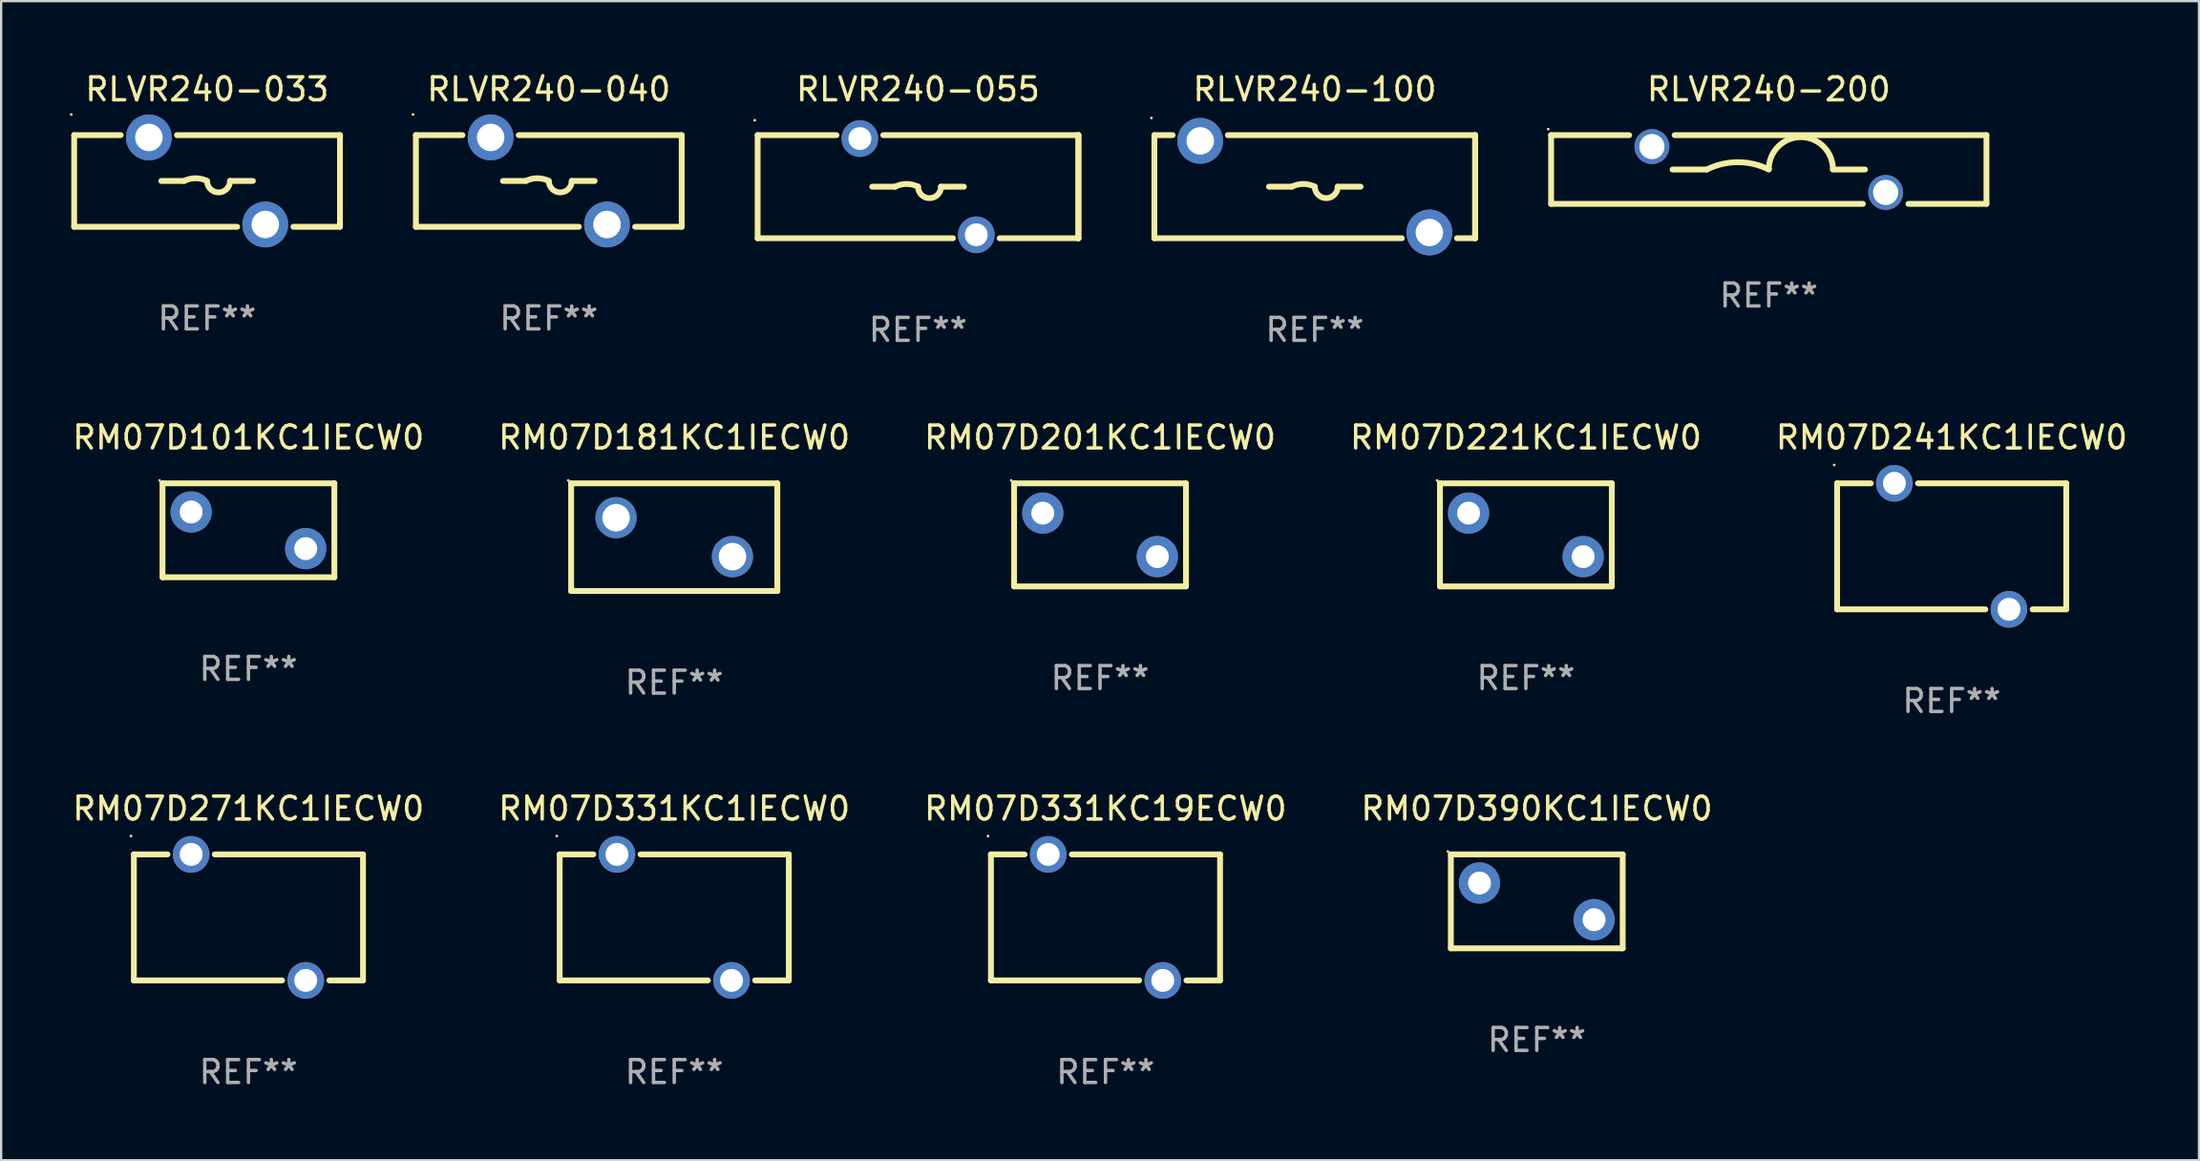
<source format=kicad_pcb>
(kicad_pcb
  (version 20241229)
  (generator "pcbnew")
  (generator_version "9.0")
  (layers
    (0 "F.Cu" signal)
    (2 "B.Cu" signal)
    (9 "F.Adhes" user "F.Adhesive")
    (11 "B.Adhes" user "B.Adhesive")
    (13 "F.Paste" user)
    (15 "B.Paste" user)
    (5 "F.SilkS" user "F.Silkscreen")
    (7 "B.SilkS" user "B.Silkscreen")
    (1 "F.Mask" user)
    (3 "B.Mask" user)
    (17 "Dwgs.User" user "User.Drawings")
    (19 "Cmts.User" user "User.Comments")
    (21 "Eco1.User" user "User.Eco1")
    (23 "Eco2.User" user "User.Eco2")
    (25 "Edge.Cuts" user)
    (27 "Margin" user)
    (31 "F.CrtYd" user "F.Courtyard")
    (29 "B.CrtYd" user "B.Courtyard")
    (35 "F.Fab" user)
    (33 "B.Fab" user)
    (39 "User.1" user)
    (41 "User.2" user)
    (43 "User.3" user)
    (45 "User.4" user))
  (footprint "RM07D331KC1IECW0"
    (layer "F.Cu")
    (at 26.375 36.991)
    (property "Reference" "RM07D331KC1IECW0" (at 0 -4.75 0) (layer "F.SilkS") (effects (font (size 1 1) (thickness 0.15))))
    (attr through_hole)
    (fp_line (start -5 -2.75) (end -3.531 -2.75) (stroke (width 0.254) (type solid)) (layer "F.SilkS"))
    (fp_line (start -5 2.75) (end -5 -2.75) (stroke (width 0.254) (type solid)) (layer "F.SilkS"))
    (fp_line (start -5 2.75) (end 1.469 2.75) (stroke (width 0.254) (type solid)) (layer "F.SilkS"))
    (fp_line (start -1.469 -2.75) (end 5 -2.75) (stroke (width 0.254) (type solid)) (layer "F.SilkS"))
    (fp_line (start 3.531 2.75) (end 5 2.75) (stroke (width 0.254) (type solid)) (layer "F.SilkS"))
    (fp_line (start 5 -2.75) (end 5 2.75) (stroke (width 0.254) (type solid)) (layer "F.SilkS"))
    (fp_circle (center -5.127 -3.55) (end -5.097 -3.55) (stroke (width 0.06) (type solid)) (fill no) (layer "F.SilkS"))
    (fp_text user "REF**" (at 0 6.75 0) (layer "F.Fab") (effects (font (size 1 1) (thickness 0.15))))
    (pad "1" thru_hole circle (at -2.5 -2.75) (size 1.6 1.6) (drill 1) (layers "*.Cu" "*.Mask"))
    (pad "2" thru_hole circle (at 2.5 2.75) (size 1.6 1.6) (drill 1) (layers "*.Cu" "*.Mask")))
  (footprint "RLVR240-033"
    (layer "F.Cu")
    (at 5.987 4.848)
    (property "Reference" "RLVR240-033" (at 0 -4 0) (layer "F.SilkS") (effects (font (size 1 1) (thickness 0.15))))
    (attr through_hole)
    (fp_line (start -5.8 -2) (end -5.8 2) (stroke (width 0.254) (type solid)) (layer "F.SilkS"))
    (fp_line (start -5.8 -2) (end -3.767 -2) (stroke (width 0.254) (type solid)) (layer "F.SilkS"))
    (fp_line (start -5.8 2) (end 1.313 2) (stroke (width 0.254) (type solid)) (layer "F.SilkS"))
    (fp_line (start -1.313 -2) (end 5.8 -2) (stroke (width 0.254) (type solid)) (layer "F.SilkS"))
    (fp_line (start -1 0) (end -2 0) (stroke (width 0.254) (type solid)) (layer "F.SilkS"))
    (fp_line (start 1 0) (end 2 0) (stroke (width 0.254) (type solid)) (layer "F.SilkS"))
    (fp_line (start 3.767 2) (end 5.8 2) (stroke (width 0.254) (type solid)) (layer "F.SilkS"))
    (fp_line (start 5.8 -2) (end 5.8 2) (stroke (width 0.254) (type solid)) (layer "F.SilkS"))
    (fp_arc (start -1 0) (mid -0.5 -0.118021) (end 0 0) (stroke (width 0.254001) (type solid)) (layer "F.SilkS"))
    (fp_arc (start 1.000762 0) (mid 0.500381 0.500127) (end 0 0) (stroke (width 0.254001) (type solid)) (layer "F.SilkS"))
    (fp_circle (center -5.927 -2.9) (end -5.897 -2.9) (stroke (width 0.06) (type solid)) (fill no) (layer "F.SilkS"))
    (fp_text user "REF**" (at 0 6 0) (layer "F.Fab") (effects (font (size 1 1) (thickness 0.15))))
    (pad "1" thru_hole circle (at -2.54 -1.9) (size 2 2) (drill 1.2) (layers "*.Cu" "*.Mask"))
    (pad "2" thru_hole circle (at 2.54 1.9) (size 2 2) (drill 1.2) (layers "*.Cu" "*.Mask")))
  (footprint "RM07D390KC1IECW0"
    (layer "F.Cu")
    (at 64.018 36.291)
    (property "Reference" "RM07D390KC1IECW0" (at 0 -4.05 0) (layer "F.SilkS") (effects (font (size 1 1) (thickness 0.15))))
    (attr through_hole)
    (fp_line (start -3.75 -2.05) (end -3.75 2.05) (stroke (width 0.254) (type solid)) (layer "F.SilkS"))
    (fp_line (start -3.75 -2.05) (end 3.75 -2.05) (stroke (width 0.254) (type solid)) (layer "F.SilkS"))
    (fp_line (start -3.75 2.05) (end 3.75 2.05) (stroke (width 0.254) (type solid)) (layer "F.SilkS"))
    (fp_line (start 3.75 -2.05) (end 3.75 2.05) (stroke (width 0.254) (type solid)) (layer "F.SilkS"))
    (fp_circle (center -3.877 -2.177) (end -3.847 -2.177) (stroke (width 0.06) (type solid)) (fill no) (layer "F.SilkS"))
    (fp_text user "REF**" (at 0 6.05 0) (layer "F.Fab") (effects (font (size 1 1) (thickness 0.15))))
    (pad "1" thru_hole circle (at -2.5 -0.8) (size 1.8 1.8) (drill 1) (layers "*.Cu" "*.Mask"))
    (pad "2" thru_hole circle (at 2.5 0.8) (size 1.8 1.8) (drill 1) (layers "*.Cu" "*.Mask")))
  (footprint "RM07D181KC1IECW0"
    (layer "F.Cu")
    (at 26.375 20.395)
    (property "Reference" "RM07D181KC1IECW0" (at 0 -4.35 0) (layer "F.SilkS") (effects (font (size 1 1) (thickness 0.15))))
    (attr through_hole)
    (fp_line (start -4.5 -2.35) (end 4.5 -2.35) (stroke (width 0.254) (type solid)) (layer "F.SilkS"))
    (fp_line (start -4.5 2.35) (end -4.5 -2.35) (stroke (width 0.254) (type solid)) (layer "F.SilkS"))
    (fp_line (start 4.5 -2.35) (end 4.5 2.35) (stroke (width 0.254) (type solid)) (layer "F.SilkS"))
    (fp_line (start 4.5 2.35) (end -4.5 2.35) (stroke (width 0.254) (type solid)) (layer "F.SilkS"))
    (fp_circle (center -4.627 -2.477) (end -4.597 -2.477) (stroke (width 0.06) (type solid)) (fill no) (layer "F.SilkS"))
    (fp_text user "REF**" (at 0 6.35 0) (layer "F.Fab") (effects (font (size 1 1) (thickness 0.15))))
    (pad "1" thru_hole circle (at -2.54 -0.85) (size 1.8 1.8) (drill 1.2) (layers "*.Cu" "*.Mask"))
    (pad "2" thru_hole circle (at 2.54 0.85) (size 1.8 1.8) (drill 1.2) (layers "*.Cu" "*.Mask")))
  (footprint "RM07D221KC1IECW0"
    (layer "F.Cu")
    (at 63.542 20.295)
    (property "Reference" "RM07D221KC1IECW0" (at 0 -4.25 0) (layer "F.SilkS") (effects (font (size 1 1) (thickness 0.15))))
    (attr through_hole)
    (fp_line (start -3.75 -2.25) (end -3.75 2.25) (stroke (width 0.254) (type solid)) (layer "F.SilkS"))
    (fp_line (start -3.75 -2.25) (end 3.75 -2.25) (stroke (width 0.254) (type solid)) (layer "F.SilkS"))
    (fp_line (start -3.75 2.25) (end 3.75 2.25) (stroke (width 0.254) (type solid)) (layer "F.SilkS"))
    (fp_line (start 3.75 -2.25) (end 3.75 2.25) (stroke (width 0.254) (type solid)) (layer "F.SilkS"))
    (fp_circle (center -3.877 -2.377) (end -3.847 -2.377) (stroke (width 0.06) (type solid)) (fill no) (layer "F.SilkS"))
    (fp_text user "REF**" (at 0 6.25 0) (layer "F.Fab") (effects (font (size 1 1) (thickness 0.15))))
    (pad "1" thru_hole circle (at -2.5 -0.95) (size 1.8 1.8) (drill 1) (layers "*.Cu" "*.Mask"))
    (pad "2" thru_hole circle (at 2.5 0.95) (size 1.8 1.8) (drill 1) (layers "*.Cu" "*.Mask")))
  (footprint "RLVR240-100"
    (layer "F.Cu")
    (at 54.329 5.098)
    (property "Reference" "RLVR240-100" (at 0 -4.25 0) (layer "F.SilkS") (effects (font (size 1 1) (thickness 0.15))))
    (attr through_hole)
    (fp_line (start -7 -2.25) (end -6.204 -2.25) (stroke (width 0.254) (type solid)) (layer "F.SilkS"))
    (fp_line (start -7 2.25) (end -7 -2.25) (stroke (width 0.254) (type solid)) (layer "F.SilkS"))
    (fp_line (start -3.793 -2.25) (end 7 -2.25) (stroke (width 0.254) (type solid)) (layer "F.SilkS"))
    (fp_line (start -1 0) (end -2 0) (stroke (width 0.254) (type solid)) (layer "F.SilkS"))
    (fp_line (start 1 0) (end 2 0) (stroke (width 0.254) (type solid)) (layer "F.SilkS"))
    (fp_line (start 3.796 2.25) (end -7 2.25) (stroke (width 0.254) (type solid)) (layer "F.SilkS"))
    (fp_line (start 7 -2.25) (end 7 2.25) (stroke (width 0.254) (type solid)) (layer "F.SilkS"))
    (fp_line (start 7 -2.25) (end 7 2.25) (stroke (width 0.254) (type solid)) (layer "F.SilkS"))
    (fp_line (start 7 2.25) (end 6.207 2.25) (stroke (width 0.254) (type solid)) (layer "F.SilkS"))
    (fp_arc (start -1 0) (mid -0.5 -0.118021) (end 0 0) (stroke (width 0.254001) (type solid)) (layer "F.SilkS"))
    (fp_arc (start 1.000762 0) (mid 0.500381 0.500127) (end 0 0) (stroke (width 0.254001) (type solid)) (layer "F.SilkS"))
    (fp_circle (center -7.127 -3) (end -7.097 -3) (stroke (width 0.06) (type solid)) (fill no) (layer "F.SilkS"))
    (fp_text user "REF**" (at 0 6.25 0) (layer "F.Fab") (effects (font (size 1 1) (thickness 0.15))))
    (pad "1" thru_hole circle (at -4.999 -2) (size 2 2) (drill 1.2) (layers "*.Cu" "*.Mask"))
    (pad "2" thru_hole circle (at 5.001 2) (size 2 2) (drill 1.2) (layers "*.Cu" "*.Mask")))
  (footprint "RM07D271KC1IECW0"
    (layer "F.Cu")
    (at 7.792 36.991)
    (property "Reference" "RM07D271KC1IECW0" (at 0 -4.75 0) (layer "F.SilkS") (effects (font (size 1 1) (thickness 0.15))))
    (attr through_hole)
    (fp_line (start -5 -2.75) (end -3.531 -2.75) (stroke (width 0.254) (type solid)) (layer "F.SilkS"))
    (fp_line (start -5 2.75) (end -5 -2.75) (stroke (width 0.254) (type solid)) (layer "F.SilkS"))
    (fp_line (start -5 2.75) (end 1.469 2.75) (stroke (width 0.254) (type solid)) (layer "F.SilkS"))
    (fp_line (start -1.469 -2.75) (end 5 -2.75) (stroke (width 0.254) (type solid)) (layer "F.SilkS"))
    (fp_line (start 3.531 2.75) (end 5 2.75) (stroke (width 0.254) (type solid)) (layer "F.SilkS"))
    (fp_line (start 5 -2.75) (end 5 2.75) (stroke (width 0.254) (type solid)) (layer "F.SilkS"))
    (fp_circle (center -5.127 -3.55) (end -5.097 -3.55) (stroke (width 0.06) (type solid)) (fill no) (layer "F.SilkS"))
    (fp_text user "REF**" (at 0 6.75 0) (layer "F.Fab") (effects (font (size 1 1) (thickness 0.15))))
    (pad "1" thru_hole circle (at -2.5 -2.75) (size 1.6 1.6) (drill 1) (layers "*.Cu" "*.Mask"))
    (pad "2" thru_hole circle (at 2.5 2.75) (size 1.6 1.6) (drill 1) (layers "*.Cu" "*.Mask")))
  (footprint "RLVR240-055"
    (layer "F.Cu")
    (at 37.015 5.098)
    (property "Reference" "RLVR240-055" (at 0 -4.25 0) (layer "F.SilkS") (effects (font (size 1 1) (thickness 0.15))))
    (attr through_hole)
    (fp_line (start -7 -2.25) (end -3.559 -2.25) (stroke (width 0.254) (type solid)) (layer "F.SilkS"))
    (fp_line (start -7 2.25) (end -7 -2.25) (stroke (width 0.254) (type solid)) (layer "F.SilkS"))
    (fp_line (start -1.519 -2.25) (end 7 -2.25) (stroke (width 0.254) (type solid)) (layer "F.SilkS"))
    (fp_line (start -1 0) (end -2 0) (stroke (width 0.254) (type solid)) (layer "F.SilkS"))
    (fp_line (start 1 0) (end 2 0) (stroke (width 0.254) (type solid)) (layer "F.SilkS"))
    (fp_line (start 1.521 2.25) (end -7 2.25) (stroke (width 0.254) (type solid)) (layer "F.SilkS"))
    (fp_line (start 7 -2.25) (end 7 2.25) (stroke (width 0.254) (type solid)) (layer "F.SilkS"))
    (fp_line (start 7 -2.25) (end 7 2.25) (stroke (width 0.254) (type solid)) (layer "F.SilkS"))
    (fp_line (start 7 2.25) (end 3.561 2.25) (stroke (width 0.254) (type solid)) (layer "F.SilkS"))
    (fp_arc (start -1 0) (mid -0.5 -0.118021) (end 0 0) (stroke (width 0.254001) (type solid)) (layer "F.SilkS"))
    (fp_arc (start 1.000762 0) (mid 0.500381 0.500127) (end 0 0) (stroke (width 0.254001) (type solid)) (layer "F.SilkS"))
    (fp_circle (center -7.127 -2.9) (end -7.097 -2.9) (stroke (width 0.06) (type solid)) (fill no) (layer "F.SilkS"))
    (fp_text user "REF**" (at 0 6.25 0) (layer "F.Fab") (effects (font (size 1 1) (thickness 0.15))))
    (pad "1" thru_hole circle (at -2.539 -2.1) (size 1.6 1.6) (drill 1) (layers "*.Cu" "*.Mask"))
    (pad "2" thru_hole circle (at 2.541 2.1) (size 1.6 1.6) (drill 1) (layers "*.Cu" "*.Mask")))
  (footprint "RLVR240-040"
    (layer "F.Cu")
    (at 20.901 4.848)
    (property "Reference" "RLVR240-040" (at 0 -4 0) (layer "F.SilkS") (effects (font (size 1 1) (thickness 0.15))))
    (attr through_hole)
    (fp_line (start -5.8 -2) (end -5.8 2) (stroke (width 0.254) (type solid)) (layer "F.SilkS"))
    (fp_line (start -5.8 -2) (end -3.767 -2) (stroke (width 0.254) (type solid)) (layer "F.SilkS"))
    (fp_line (start -5.8 2) (end 1.313 2) (stroke (width 0.254) (type solid)) (layer "F.SilkS"))
    (fp_line (start -1.313 -2) (end 5.8 -2) (stroke (width 0.254) (type solid)) (layer "F.SilkS"))
    (fp_line (start -1 0) (end -2 0) (stroke (width 0.254) (type solid)) (layer "F.SilkS"))
    (fp_line (start 1 0) (end 2 0) (stroke (width 0.254) (type solid)) (layer "F.SilkS"))
    (fp_line (start 3.767 2) (end 5.8 2) (stroke (width 0.254) (type solid)) (layer "F.SilkS"))
    (fp_line (start 5.8 -2) (end 5.8 2) (stroke (width 0.254) (type solid)) (layer "F.SilkS"))
    (fp_arc (start -1 0) (mid -0.5 -0.118021) (end 0 0) (stroke (width 0.254001) (type solid)) (layer "F.SilkS"))
    (fp_arc (start 1.000762 0) (mid 0.500381 0.500127) (end 0 0) (stroke (width 0.254001) (type solid)) (layer "F.SilkS"))
    (fp_circle (center -5.927 -2.9) (end -5.897 -2.9) (stroke (width 0.06) (type solid)) (fill no) (layer "F.SilkS"))
    (fp_text user "REF**" (at 0 6 0) (layer "F.Fab") (effects (font (size 1 1) (thickness 0.15))))
    (pad "1" thru_hole circle (at -2.54 -1.9) (size 2 2) (drill 1.2) (layers "*.Cu" "*.Mask"))
    (pad "2" thru_hole circle (at 2.54 1.9) (size 2 2) (drill 1.2) (layers "*.Cu" "*.Mask")))
  (footprint "RM07D201KC1IECW0"
    (layer "F.Cu")
    (at 44.958 20.295)
    (property "Reference" "RM07D201KC1IECW0" (at 0 -4.25 0) (layer "F.SilkS") (effects (font (size 1 1) (thickness 0.15))))
    (attr through_hole)
    (fp_line (start -3.75 -2.25) (end -3.75 2.25) (stroke (width 0.254) (type solid)) (layer "F.SilkS"))
    (fp_line (start -3.75 -2.25) (end 3.75 -2.25) (stroke (width 0.254) (type solid)) (layer "F.SilkS"))
    (fp_line (start -3.75 2.25) (end 3.75 2.25) (stroke (width 0.254) (type solid)) (layer "F.SilkS"))
    (fp_line (start 3.75 -2.25) (end 3.75 2.25) (stroke (width 0.254) (type solid)) (layer "F.SilkS"))
    (fp_circle (center -3.877 -2.377) (end -3.847 -2.377) (stroke (width 0.06) (type solid)) (fill no) (layer "F.SilkS"))
    (fp_text user "REF**" (at 0 6.25 0) (layer "F.Fab") (effects (font (size 1 1) (thickness 0.15))))
    (pad "1" thru_hole circle (at -2.5 -0.95) (size 1.8 1.8) (drill 1) (layers "*.Cu" "*.Mask"))
    (pad "2" thru_hole circle (at 2.5 0.95) (size 1.8 1.8) (drill 1) (layers "*.Cu" "*.Mask")))
  (footprint "RM07D241KC1IECW0"
    (layer "F.Cu")
    (at 82.125 20.795)
    (property "Reference" "RM07D241KC1IECW0" (at 0 -4.75 0) (layer "F.SilkS") (effects (font (size 1 1) (thickness 0.15))))
    (attr through_hole)
    (fp_line (start -5 -2.75) (end -3.531 -2.75) (stroke (width 0.254) (type solid)) (layer "F.SilkS"))
    (fp_line (start -5 2.75) (end -5 -2.75) (stroke (width 0.254) (type solid)) (layer "F.SilkS"))
    (fp_line (start -5 2.75) (end 1.469 2.75) (stroke (width 0.254) (type solid)) (layer "F.SilkS"))
    (fp_line (start -1.469 -2.75) (end 5 -2.75) (stroke (width 0.254) (type solid)) (layer "F.SilkS"))
    (fp_line (start 3.531 2.75) (end 5 2.75) (stroke (width 0.254) (type solid)) (layer "F.SilkS"))
    (fp_line (start 5 -2.75) (end 5 2.75) (stroke (width 0.254) (type solid)) (layer "F.SilkS"))
    (fp_circle (center -5.127 -3.55) (end -5.097 -3.55) (stroke (width 0.06) (type solid)) (fill no) (layer "F.SilkS"))
    (fp_text user "REF**" (at 0 6.75 0) (layer "F.Fab") (effects (font (size 1 1) (thickness 0.15))))
    (pad "1" thru_hole circle (at -2.5 -2.75) (size 1.6 1.6) (drill 1) (layers "*.Cu" "*.Mask"))
    (pad "2" thru_hole circle (at 2.5 2.75) (size 1.6 1.6) (drill 1) (layers "*.Cu" "*.Mask")))
  (footprint "RM07D331KC19ECW0"
    (layer "F.Cu")
    (at 45.196 36.991)
    (property "Reference" "RM07D331KC19ECW0" (at 0 -4.75 0) (layer "F.SilkS") (effects (font (size 1 1) (thickness 0.15))))
    (attr through_hole)
    (fp_line (start -5 -2.75) (end -3.531 -2.75) (stroke (width 0.254) (type solid)) (layer "F.SilkS"))
    (fp_line (start -5 2.75) (end -5 -2.75) (stroke (width 0.254) (type solid)) (layer "F.SilkS"))
    (fp_line (start -5 2.75) (end 1.469 2.75) (stroke (width 0.254) (type solid)) (layer "F.SilkS"))
    (fp_line (start -1.469 -2.75) (end 5 -2.75) (stroke (width 0.254) (type solid)) (layer "F.SilkS"))
    (fp_line (start 3.531 2.75) (end 5 2.75) (stroke (width 0.254) (type solid)) (layer "F.SilkS"))
    (fp_line (start 5 -2.75) (end 5 2.75) (stroke (width 0.254) (type solid)) (layer "F.SilkS"))
    (fp_circle (center -5.127 -3.55) (end -5.097 -3.55) (stroke (width 0.06) (type solid)) (fill no) (layer "F.SilkS"))
    (fp_text user "REF**" (at 0 6.75 0) (layer "F.Fab") (effects (font (size 1 1) (thickness 0.15))))
    (pad "1" thru_hole circle (at -2.5 -2.75) (size 1.6 1.6) (drill 1) (layers "*.Cu" "*.Mask"))
    (pad "2" thru_hole circle (at 2.5 2.75) (size 1.6 1.6) (drill 1) (layers "*.Cu" "*.Mask")))
  (footprint "RLVR240-200"
    (layer "F.Cu")
    (at 74.143 4.348)
    (property "Reference" "RLVR240-200" (at 0 -3.5 0) (layer "F.SilkS") (effects (font (size 1 1) (thickness 0.15))))
    (attr through_hole)
    (fp_line (start -9.5 -1.5) (end -9.5 1.5) (stroke (width 0.254) (type solid)) (layer "F.SilkS"))
    (fp_line (start -9.5 -1.5) (end -6.093 -1.5) (stroke (width 0.254) (type solid)) (layer "F.SilkS"))
    (fp_line (start -4.107 -1.5) (end 9.5 -1.5) (stroke (width 0.254) (type solid)) (layer "F.SilkS"))
    (fp_line (start -2.7 -0.000127) (end -4.2 -0.000127) (stroke (width 0.254) (type solid)) (layer "F.SilkS"))
    (fp_line (start 2.8 -0.000127) (end 4.2 -0.000127) (stroke (width 0.254) (type solid)) (layer "F.SilkS"))
    (fp_line (start 4.107 1.5) (end -9.5 1.5) (stroke (width 0.254) (type solid)) (layer "F.SilkS"))
    (fp_line (start 9.5 1.5) (end 6.093 1.5) (stroke (width 0.254) (type solid)) (layer "F.SilkS"))
    (fp_line (start 9.5 1.5) (end 9.5 -1.5) (stroke (width 0.254) (type solid)) (layer "F.SilkS"))
    (fp_arc (start -2.700025 -0.000127) (mid -1.350013 -0.318821) (end 0 -0.000127) (stroke (width 0.254001) (type solid)) (layer "F.SilkS"))
    (fp_arc (start 0 -0.012827) (mid 1.399543 -1.411862) (end 2.799086 -0.012827) (stroke (width 0.254001) (type solid)) (layer "F.SilkS"))
    (fp_circle (center -9.627 -1.762) (end -9.597 -1.762) (stroke (width 0.06) (type solid)) (fill no) (layer "F.SilkS"))
    (fp_text user "REF**" (at 0 5.5 0) (layer "F.Fab") (effects (font (size 1 1) (thickness 0.15))))
    (pad "1" thru_hole circle (at -5.1 -1) (size 1.524 1.524) (drill 1.1) (layers "*.Cu" "*.Mask"))
    (pad "2" thru_hole circle (at 5.1 1) (size 1.524 1.524) (drill 1.1) (layers "*.Cu" "*.Mask")))
  (footprint "RM07D101KC1IECW0"
    (layer "F.Cu")
    (at 7.792 20.095)
    (property "Reference" "RM07D101KC1IECW0" (at 0 -4.05 0) (layer "F.SilkS") (effects (font (size 1 1) (thickness 0.15))))
    (attr through_hole)
    (fp_line (start -3.75 -2.05) (end -3.75 2.05) (stroke (width 0.254) (type solid)) (layer "F.SilkS"))
    (fp_line (start -3.75 -2.05) (end 3.75 -2.05) (stroke (width 0.254) (type solid)) (layer "F.SilkS"))
    (fp_line (start -3.75 2.05) (end 3.75 2.05) (stroke (width 0.254) (type solid)) (layer "F.SilkS"))
    (fp_line (start 3.75 -2.05) (end 3.75 2.05) (stroke (width 0.254) (type solid)) (layer "F.SilkS"))
    (fp_circle (center -3.877 -2.177) (end -3.847 -2.177) (stroke (width 0.06) (type solid)) (fill no) (layer "F.SilkS"))
    (fp_text user "REF**" (at 0 6.05 0) (layer "F.Fab") (effects (font (size 1 1) (thickness 0.15))))
    (pad "1" thru_hole circle (at -2.5 -0.8) (size 1.8 1.8) (drill 1) (layers "*.Cu" "*.Mask"))
    (pad "2" thru_hole circle (at 2.5 0.8) (size 1.8 1.8) (drill 1) (layers "*.Cu" "*.Mask")))
  (gr_rect
    (start -3 -3)
    (end 92.917 47.59)
    (stroke (width 0.1) (type default))
    (fill no)
    (layer "Edge.Cuts")))
</source>
